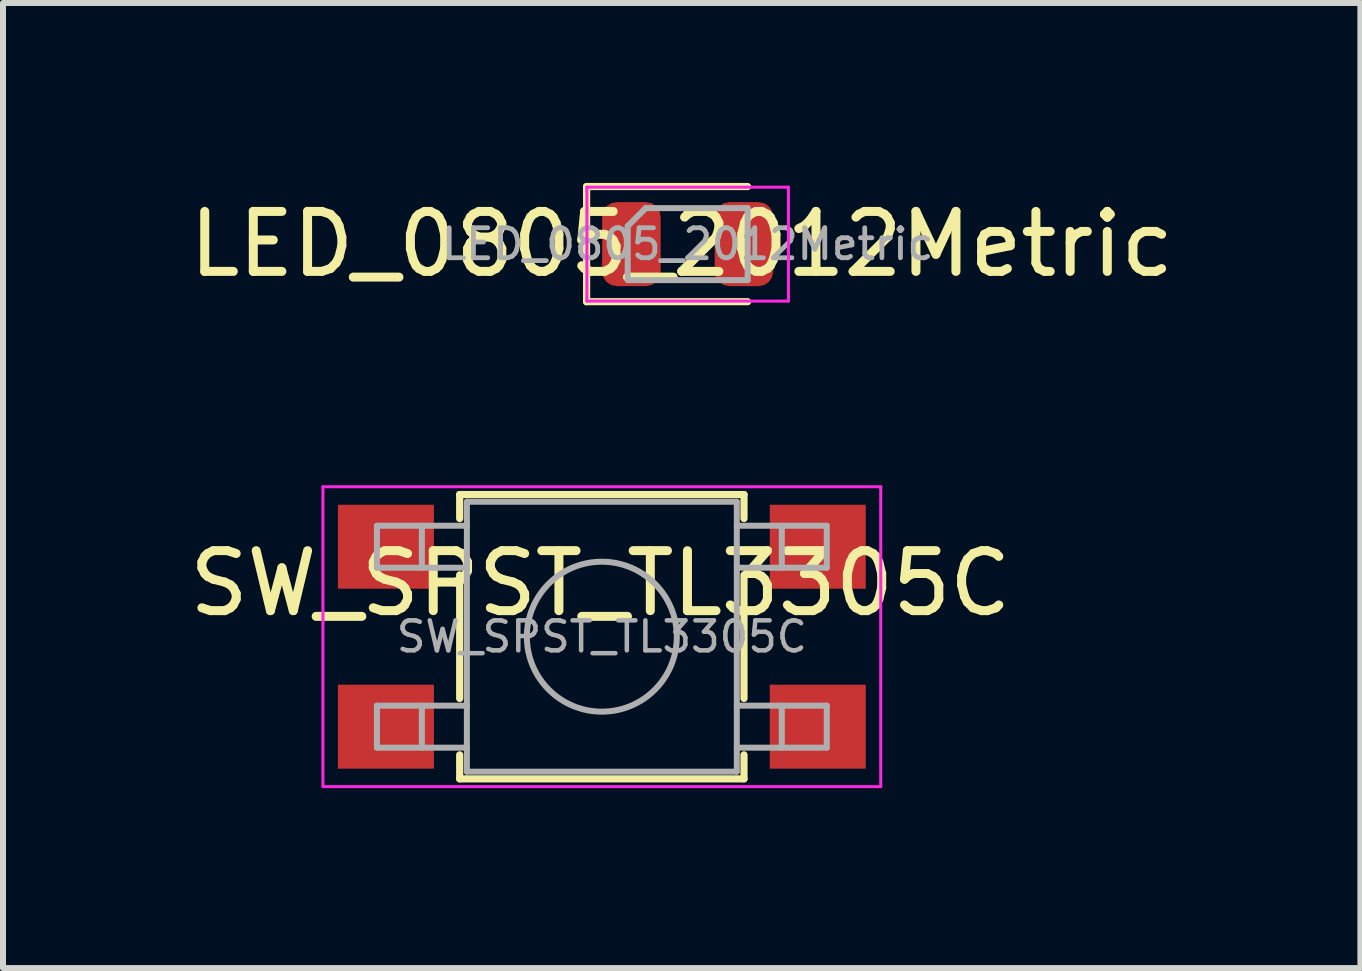
<source format=kicad_pcb>
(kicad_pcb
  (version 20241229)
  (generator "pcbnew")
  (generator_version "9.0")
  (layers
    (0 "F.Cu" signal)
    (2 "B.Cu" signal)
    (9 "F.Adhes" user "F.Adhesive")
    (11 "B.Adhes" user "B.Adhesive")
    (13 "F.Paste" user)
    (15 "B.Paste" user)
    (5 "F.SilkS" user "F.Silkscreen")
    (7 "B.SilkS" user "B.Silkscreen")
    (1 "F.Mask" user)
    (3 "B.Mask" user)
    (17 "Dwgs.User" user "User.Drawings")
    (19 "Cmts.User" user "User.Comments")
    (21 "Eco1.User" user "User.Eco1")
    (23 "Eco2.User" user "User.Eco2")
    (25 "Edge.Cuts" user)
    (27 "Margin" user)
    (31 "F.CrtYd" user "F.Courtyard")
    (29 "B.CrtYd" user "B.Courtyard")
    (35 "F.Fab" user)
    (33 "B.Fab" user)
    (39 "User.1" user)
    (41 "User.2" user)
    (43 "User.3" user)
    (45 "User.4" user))
  (footprint "LED_0805_2012Metric"
    (layer "F.Cu")
    (at 8.415 1.02)
    (property "Reference" "LED_0805_2012Metric" (at -0.099 0 0) (layer "F.SilkS") (effects (font (size 1 1) (thickness 0.15))))
    (attr smd)
    (fp_line (start -1.685 -0.96) (end -1.685 0.96) (stroke (width 0.12) (type solid)) (layer "F.SilkS"))
    (fp_line (start -1.685 0.96) (end 1 0.96) (stroke (width 0.12) (type solid)) (layer "F.SilkS"))
    (fp_line (start 1 -0.96) (end -1.685 -0.96) (stroke (width 0.12) (type solid)) (layer "F.SilkS"))
    (fp_line (start -1.68 -0.95) (end 1.68 -0.95) (stroke (width 0.05) (type solid)) (layer "F.CrtYd"))
    (fp_line (start -1.68 0.95) (end -1.68 -0.95) (stroke (width 0.05) (type solid)) (layer "F.CrtYd"))
    (fp_line (start 1.68 -0.95) (end 1.68 0.95) (stroke (width 0.05) (type solid)) (layer "F.CrtYd"))
    (fp_line (start 1.68 0.95) (end -1.68 0.95) (stroke (width 0.05) (type solid)) (layer "F.CrtYd"))
    (fp_line (start -1 -0.3) (end -1 0.6) (stroke (width 0.1) (type solid)) (layer "F.Fab"))
    (fp_line (start -1 0.6) (end 1 0.6) (stroke (width 0.1) (type solid)) (layer "F.Fab"))
    (fp_line (start -0.7 -0.6) (end -1 -0.3) (stroke (width 0.1) (type solid)) (layer "F.Fab"))
    (fp_line (start 1 -0.6) (end -0.7 -0.6) (stroke (width 0.1) (type solid)) (layer "F.Fab"))
    (fp_line (start 1 0.6) (end 1 -0.6) (stroke (width 0.1) (type solid)) (layer "F.Fab"))
    (fp_text user "${REFERENCE}" (at 0 0 0) (layer "F.Fab") (effects (font (size 0.5 0.5) (thickness 0.08))))
    (pad "1" smd roundrect (at -0.938 0) (size 0.975 1.4) (layers "F.Cu" "F.Mask" "F.Paste") (roundrect_rratio 0.25))
    (pad "2" smd roundrect (at 0.938 0) (size 0.975 1.4) (layers "F.Cu" "F.Mask" "F.Paste") (roundrect_rratio 0.25)))
  (footprint "SW_SPST_TL3305C"
    (layer "F.Cu")
    (at 6.984 7.565)
    (property "Reference" "SW_SPST_TL3305C" (at -0.025 -0.889 0) (layer "F.SilkS") (effects (font (size 1 1) (thickness 0.15))))
    (attr smd)
    (fp_line (start -2.37 -2.37) (end -2.37 -1.97) (stroke (width 0.12) (type solid)) (layer "F.SilkS"))
    (fp_line (start -2.37 -2.37) (end 2.37 -2.37) (stroke (width 0.12) (type solid)) (layer "F.SilkS"))
    (fp_line (start -2.37 1.03) (end -2.37 -1.03) (stroke (width 0.12) (type solid)) (layer "F.SilkS"))
    (fp_line (start -2.37 2.37) (end -2.37 1.97) (stroke (width 0.12) (type solid)) (layer "F.SilkS"))
    (fp_line (start -2.37 2.37) (end 2.37 2.37) (stroke (width 0.12) (type solid)) (layer "F.SilkS"))
    (fp_line (start 2.37 -2.37) (end 2.37 -1.97) (stroke (width 0.12) (type solid)) (layer "F.SilkS"))
    (fp_line (start 2.37 1.03) (end 2.37 -1.03) (stroke (width 0.12) (type solid)) (layer "F.SilkS"))
    (fp_line (start 2.37 2.37) (end 2.37 1.97) (stroke (width 0.12) (type solid)) (layer "F.SilkS"))
    (fp_line (start -4.65 -2.5) (end 4.65 -2.5) (stroke (width 0.05) (type solid)) (layer "F.CrtYd"))
    (fp_line (start -4.65 2.5) (end -4.65 -2.5) (stroke (width 0.05) (type solid)) (layer "F.CrtYd"))
    (fp_line (start 4.65 -2.5) (end 4.65 2.5) (stroke (width 0.05) (type solid)) (layer "F.CrtYd"))
    (fp_line (start 4.65 2.5) (end -4.65 2.5) (stroke (width 0.05) (type solid)) (layer "F.CrtYd"))
    (fp_line (start -3.75 -1.85) (end -3.75 -1.15) (stroke (width 0.1) (type solid)) (layer "F.Fab"))
    (fp_line (start -3.75 -1.15) (end -2.25 -1.15) (stroke (width 0.1) (type solid)) (layer "F.Fab"))
    (fp_line (start -3.75 1.15) (end -3.75 1.85) (stroke (width 0.1) (type solid)) (layer "F.Fab"))
    (fp_line (start -3.75 1.85) (end -2.25 1.85) (stroke (width 0.1) (type solid)) (layer "F.Fab"))
    (fp_line (start -3 -1.85) (end -3 -1.15) (stroke (width 0.1) (type solid)) (layer "F.Fab"))
    (fp_line (start -3 1.15) (end -3 1.85) (stroke (width 0.1) (type solid)) (layer "F.Fab"))
    (fp_line (start -2.25 -2.25) (end 2.25 -2.25) (stroke (width 0.1) (type solid)) (layer "F.Fab"))
    (fp_line (start -2.25 -1.85) (end -3.75 -1.85) (stroke (width 0.1) (type solid)) (layer "F.Fab"))
    (fp_line (start -2.25 1.15) (end -3.75 1.15) (stroke (width 0.1) (type solid)) (layer "F.Fab"))
    (fp_line (start -2.25 2.25) (end -2.25 -2.25) (stroke (width 0.1) (type solid)) (layer "F.Fab"))
    (fp_line (start 2.25 -2.25) (end 2.25 2.25) (stroke (width 0.1) (type solid)) (layer "F.Fab"))
    (fp_line (start 2.25 -1.15) (end 3.75 -1.15) (stroke (width 0.1) (type solid)) (layer "F.Fab"))
    (fp_line (start 2.25 1.15) (end 3.75 1.15) (stroke (width 0.1) (type solid)) (layer "F.Fab"))
    (fp_line (start 2.25 2.25) (end -2.25 2.25) (stroke (width 0.1) (type solid)) (layer "F.Fab"))
    (fp_line (start 3 -1.85) (end 3 -1.15) (stroke (width 0.1) (type solid)) (layer "F.Fab"))
    (fp_line (start 3 1.15) (end 3 1.85) (stroke (width 0.1) (type solid)) (layer "F.Fab"))
    (fp_line (start 3.75 -1.85) (end 2.25 -1.85) (stroke (width 0.1) (type solid)) (layer "F.Fab"))
    (fp_line (start 3.75 -1.15) (end 3.75 -1.85) (stroke (width 0.1) (type solid)) (layer "F.Fab"))
    (fp_line (start 3.75 1.15) (end 3.75 1.85) (stroke (width 0.1) (type solid)) (layer "F.Fab"))
    (fp_line (start 3.75 1.85) (end 2.25 1.85) (stroke (width 0.1) (type solid)) (layer "F.Fab"))
    (fp_circle (center 0 0) (end 1.25 0) (stroke (width 0.1) (type solid)) (fill no) (layer "F.Fab"))
    (fp_text user "${REFERENCE}" (at 0 0 0) (layer "F.Fab") (effects (font (size 0.5 0.5) (thickness 0.075))))
    (pad "1" smd rect (at -3.6 -1.5) (size 1.6 1.4) (layers "F.Cu" "F.Mask" "F.Paste"))
    (pad "1" smd rect (at 3.6 -1.5) (size 1.6 1.4) (layers "F.Cu" "F.Mask" "F.Paste"))
    (pad "2" smd rect (at -3.6 1.5) (size 1.6 1.4) (layers "F.Cu" "F.Mask" "F.Paste"))
    (pad "2" smd rect (at 3.6 1.5) (size 1.6 1.4) (layers "F.Cu" "F.Mask" "F.Paste")))
  (gr_rect
    (start -3 -3)
    (end 19.631 13.09)
    (stroke (width 0.1) (type default))
    (fill no)
    (layer "Edge.Cuts")))
</source>
